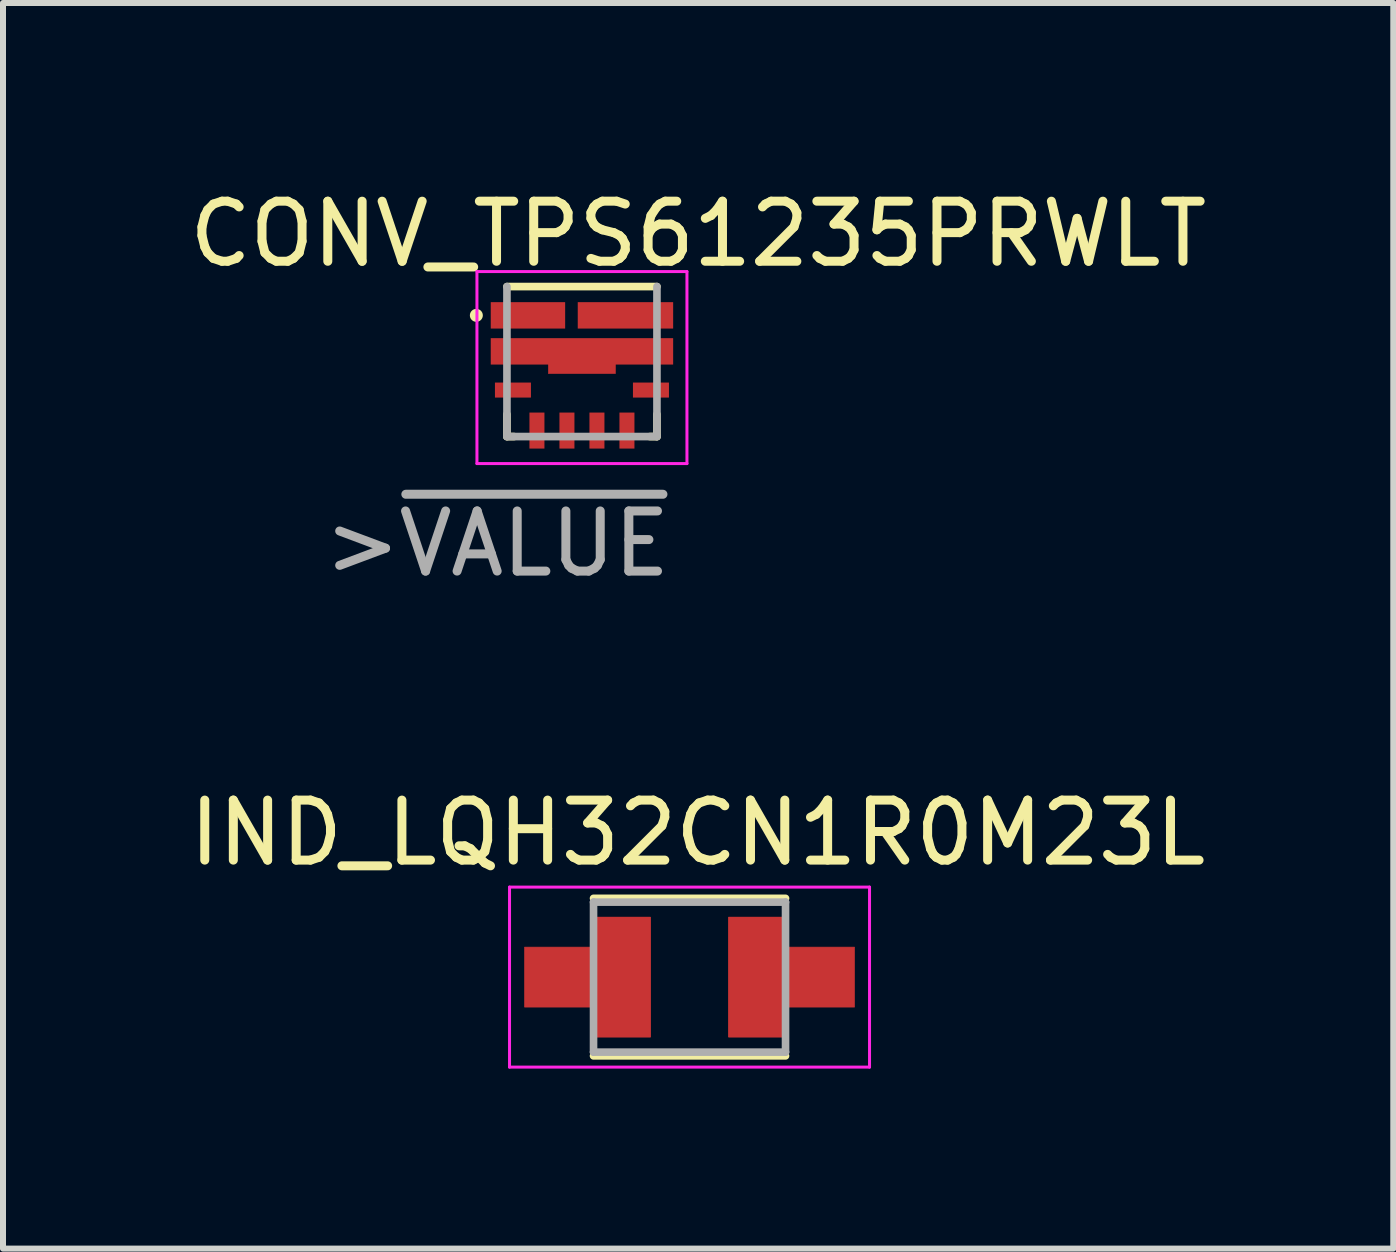
<source format=kicad_pcb>
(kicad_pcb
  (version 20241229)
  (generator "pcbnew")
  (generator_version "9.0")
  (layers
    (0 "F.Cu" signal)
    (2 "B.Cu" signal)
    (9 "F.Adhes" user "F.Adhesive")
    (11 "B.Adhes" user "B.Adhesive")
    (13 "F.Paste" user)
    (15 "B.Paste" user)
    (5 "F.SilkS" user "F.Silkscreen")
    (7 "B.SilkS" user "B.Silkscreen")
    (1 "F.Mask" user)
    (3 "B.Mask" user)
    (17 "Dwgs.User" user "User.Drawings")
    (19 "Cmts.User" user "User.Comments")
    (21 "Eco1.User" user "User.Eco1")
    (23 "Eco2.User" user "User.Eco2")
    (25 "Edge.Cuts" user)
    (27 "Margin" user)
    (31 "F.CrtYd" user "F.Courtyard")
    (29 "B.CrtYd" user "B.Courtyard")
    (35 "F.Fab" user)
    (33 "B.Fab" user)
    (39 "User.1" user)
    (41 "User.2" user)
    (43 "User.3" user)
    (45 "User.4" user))
  (footprint "IND_LQH32CN1R0M23L"
    (layer "F.Cu")
    (at 8.442 13.235)
    (property "Reference" "IND_LQH32CN1R0M23L" (at 0.135 -2.405 0) (layer "F.SilkS") (effects (font (size 1 1) (thickness 0.15))))
    (attr through_hole)
    (fp_poly (pts (xy -1.65 -1) (xy -0.65 -1) (xy -0.65 1) (xy -1.65 1) (xy -1.65 0.5) (xy -2.75 0.5) (xy -2.75 -0.5) (xy -1.65 -0.5)) (stroke (width 0.01) (type solid)) (fill yes) (layer "F.Cu"))
    (fp_poly (pts (xy 1.65 1) (xy 0.65 1) (xy 0.65 -1) (xy 1.65 -1) (xy 1.65 -0.5) (xy 2.75 -0.5) (xy 2.75 0.5) (xy 1.65 0.5)) (stroke (width 0.01) (type solid)) (fill yes) (layer "F.Cu"))
    (fp_poly (pts (xy -2.85 -0.6) (xy -1.75 -0.6) (xy -1.75 -1.1) (xy -0.55 -1.1) (xy -0.55 1.1) (xy -1.75 1.1) (xy -1.75 0.6) (xy -2.85 0.6)) (stroke (width 0.01) (type solid)) (fill yes) (layer "F.Mask"))
    (fp_poly (pts (xy 0.55 -1.1) (xy 1.75 -1.1) (xy 1.75 -0.6) (xy 2.85 -0.6) (xy 2.85 0.6) (xy 1.75 0.6) (xy 1.75 1.1) (xy 0.55 1.1)) (stroke (width 0.01) (type solid)) (fill yes) (layer "F.Mask"))
    (fp_line (start -1.6 -1.313) (end 1.6 -1.313) (stroke (width 0.127) (type solid)) (layer "F.SilkS"))
    (fp_line (start 1.6 1.313) (end -1.6 1.313) (stroke (width 0.127) (type solid)) (layer "F.SilkS"))
    (fp_poly (pts (xy -1.65 -1) (xy -0.65 -1) (xy -0.65 1) (xy -1.65 1) (xy -1.65 0.5) (xy -2.75 0.5) (xy -2.75 -0.5) (xy -1.65 -0.5)) (stroke (width 0.01) (type solid)) (fill yes) (layer "F.Paste"))
    (fp_poly (pts (xy 1.65 1) (xy 0.65 1) (xy 0.65 -1) (xy 1.65 -1) (xy 1.65 -0.5) (xy 2.75 -0.5) (xy 2.75 0.5) (xy 1.65 0.5)) (stroke (width 0.01) (type solid)) (fill yes) (layer "F.Paste"))
    (fp_line (start -3 -1.5) (end 3 -1.5) (stroke (width 0.05) (type solid)) (layer "F.CrtYd"))
    (fp_line (start -3 1.5) (end -3 -1.5) (stroke (width 0.05) (type solid)) (layer "F.CrtYd"))
    (fp_line (start 3 -1.5) (end 3 1.5) (stroke (width 0.05) (type solid)) (layer "F.CrtYd"))
    (fp_line (start 3 1.5) (end -3 1.5) (stroke (width 0.05) (type solid)) (layer "F.CrtYd"))
    (fp_line (start -1.6 -1.25) (end 1.6 -1.25) (stroke (width 0.127) (type solid)) (layer "F.Fab"))
    (fp_line (start -1.6 1.25) (end -1.6 -1.25) (stroke (width 0.127) (type solid)) (layer "F.Fab"))
    (fp_line (start 1.6 -1.25) (end 1.6 1.25) (stroke (width 0.127) (type solid)) (layer "F.Fab"))
    (fp_line (start 1.6 1.25) (end -1.6 1.25) (stroke (width 0.127) (type solid)) (layer "F.Fab"))
    (pad "1" smd rect (at -1.15 0) (size 1 2) (layers "F.Cu"))
    (pad "2" smd rect (at 1.15 0) (size 1 2) (layers "F.Cu")))
  (footprint "CONV_TPS61235PRWLT"
    (layer "F.Cu")
    (at 6.649 2.976)
    (property "Reference" "CONV_TPS61235PRWLT" (at 1.937 -2.127 0) (layer "F.SilkS") (effects (font (size 1.001 1.001) (thickness 0.15))))
    (attr through_hole)
    (fp_poly (pts (xy -0.559 0.04) (xy 0.557 0.04) (xy 0.557 0.2) (xy -0.559 0.2)) (stroke (width 0.01) (type solid)) (fill yes) (layer "F.Cu"))
    (fp_poly (pts (xy -1.525 0.28) (xy -0.78 0.28) (xy -0.78 0.672) (xy -1.525 0.672)) (stroke (width 0.01) (type solid)) (fill yes) (layer "F.Mask"))
    (fp_poly (pts (xy -1.454 -0.32) (xy 1.45 -0.32) (xy 1.45 -0.02) (xy -1.454 -0.02)) (stroke (width 0.01) (type solid)) (fill yes) (layer "F.Mask"))
    (fp_poly (pts (xy -1.452 -0.92) (xy -0.35 -0.92) (xy -0.35 -0.621) (xy -1.452 -0.621)) (stroke (width 0.01) (type solid)) (fill yes) (layer "F.Mask"))
    (fp_poly (pts (xy -0.948 0.78) (xy -0.555 0.78) (xy -0.555 1.525) (xy -0.948 1.525)) (stroke (width 0.01) (type solid)) (fill yes) (layer "F.Mask"))
    (fp_poly (pts (xy -0.488 -0.02) (xy 0.487 -0.02) (xy 0.487 0.13) (xy -0.488 0.13)) (stroke (width 0.01) (type solid)) (fill yes) (layer "F.Mask"))
    (fp_poly (pts (xy -0.446 0.78) (xy -0.055 0.78) (xy -0.055 1.524) (xy -0.446 1.524)) (stroke (width 0.01) (type solid)) (fill yes) (layer "F.Mask"))
    (fp_poly (pts (xy 0 -0.92) (xy 1.45 -0.92) (xy 1.45 -0.621) (xy 0 -0.621)) (stroke (width 0.01) (type solid)) (fill yes) (layer "F.Mask"))
    (fp_poly (pts (xy 0.055 0.78) (xy 0.445 0.78) (xy 0.445 1.525) (xy 0.055 1.525)) (stroke (width 0.01) (type solid)) (fill yes) (layer "F.Mask"))
    (fp_poly (pts (xy 0.556 0.78) (xy 0.945 0.78) (xy 0.945 1.524) (xy 0.556 1.524)) (stroke (width 0.01) (type solid)) (fill yes) (layer "F.Mask"))
    (fp_poly (pts (xy 0.782 0.28) (xy 1.52 0.28) (xy 1.52 0.672) (xy 0.782 0.672)) (stroke (width 0.01) (type solid)) (fill yes) (layer "F.Mask"))
    (fp_line (start -1.25 -1.25) (end 1.25 -1.25) (stroke (width 0.127) (type solid)) (layer "F.SilkS"))
    (fp_line (start -1.25 1.25) (end -1.25 0.88) (stroke (width 0.127) (type solid)) (layer "F.SilkS"))
    (fp_line (start -1.13 1.25) (end -1.25 1.25) (stroke (width 0.127) (type solid)) (layer "F.SilkS"))
    (fp_line (start 1.25 0.88) (end 1.25 1.25) (stroke (width 0.127) (type solid)) (layer "F.SilkS"))
    (fp_line (start 1.25 1.25) (end 1.13 1.25) (stroke (width 0.127) (type solid)) (layer "F.SilkS"))
    (fp_circle (center -1.76 -0.77) (end -1.652 -0.77) (stroke (width 0) (type solid)) (fill yes) (layer "F.SilkS"))
    (fp_poly (pts (xy -1.455 -0.92) (xy -0.5 -0.92) (xy -0.5 -0.622) (xy -1.455 -0.622)) (stroke (width 0.01) (type solid)) (fill yes) (layer "F.Paste"))
    (fp_poly (pts (xy -1.453 -0.32) (xy -0.71 -0.32) (xy -0.71 -0.02) (xy -1.453 -0.02)) (stroke (width 0.01) (type solid)) (fill yes) (layer "F.Paste"))
    (fp_poly (pts (xy -0.491 -0.32) (xy 0.49 -0.32) (xy 0.49 0.13) (xy -0.491 0.13)) (stroke (width 0.01) (type solid)) (fill yes) (layer "F.Paste"))
    (fp_poly (pts (xy 0 -0.92) (xy 0.65 -0.92) (xy 0.65 -0.621) (xy 0 -0.621)) (stroke (width 0.01) (type solid)) (fill yes) (layer "F.Paste"))
    (fp_poly (pts (xy 0.711 -0.32) (xy 1.45 -0.32) (xy 1.45 -0.02) (xy 0.711 -0.02)) (stroke (width 0.01) (type solid)) (fill yes) (layer "F.Paste"))
    (fp_poly (pts (xy 0.852 -0.92) (xy 1.45 -0.92) (xy 1.45 -0.622) (xy 0.852 -0.622)) (stroke (width 0.01) (type solid)) (fill yes) (layer "F.Paste"))
    (fp_line (start -1.75 -1.5) (end 1.75 -1.5) (stroke (width 0.05) (type solid)) (layer "F.CrtYd"))
    (fp_line (start -1.75 1.7) (end -1.75 -1.5) (stroke (width 0.05) (type solid)) (layer "F.CrtYd"))
    (fp_line (start 1.75 -1.5) (end 1.75 1.7) (stroke (width 0.05) (type solid)) (layer "F.CrtYd"))
    (fp_line (start 1.75 1.7) (end -1.75 1.7) (stroke (width 0.05) (type solid)) (layer "F.CrtYd"))
    (fp_line (start -1.25 1.25) (end -1.25 -1.25) (stroke (width 0.127) (type solid)) (layer "F.Fab"))
    (fp_line (start 1.25 -1.25) (end 1.25 1.25) (stroke (width 0.127) (type solid)) (layer "F.Fab"))
    (fp_line (start 1.25 1.25) (end -1.25 1.25) (stroke (width 0.127) (type solid)) (layer "F.Fab"))
    (fp_text user ">~{VALUE}" (at -1.413 3.036 0) (layer "F.Fab") (effects (font (size 1.002 1.002) (thickness 0.15))))
    (pad "1" smd rect (at -0.9 -0.77) (size 1.24 0.44) (layers "F.Cu"))
    (pad "2" smd rect (at 0 -0.17) (size 3.04 0.44) (layers "F.Cu"))
    (pad "3" smd rect (at -1.15 0.475) (size 0.6 0.25) (layers "F.Cu" "F.Paste"))
    (pad "4" smd rect (at -0.75 1.15) (size 0.25 0.6) (layers "F.Cu" "F.Paste"))
    (pad "5" smd rect (at -0.25 1.15) (size 0.25 0.6) (layers "F.Cu" "F.Paste"))
    (pad "6" smd rect (at 0.25 1.15) (size 0.25 0.6) (layers "F.Cu" "F.Paste"))
    (pad "7" smd rect (at 0.75 1.15) (size 0.25 0.6) (layers "F.Cu" "F.Paste"))
    (pad "8" smd rect (at 1.15 0.475) (size 0.6 0.25) (layers "F.Cu" "F.Paste"))
    (pad "9" smd rect (at 0.725 -0.77) (size 1.59 0.44) (layers "F.Cu")))
  (gr_rect
    (start -3 -3)
    (end 20.171 17.76)
    (stroke (width 0.1) (type default))
    (fill no)
    (layer "Edge.Cuts")))
</source>
